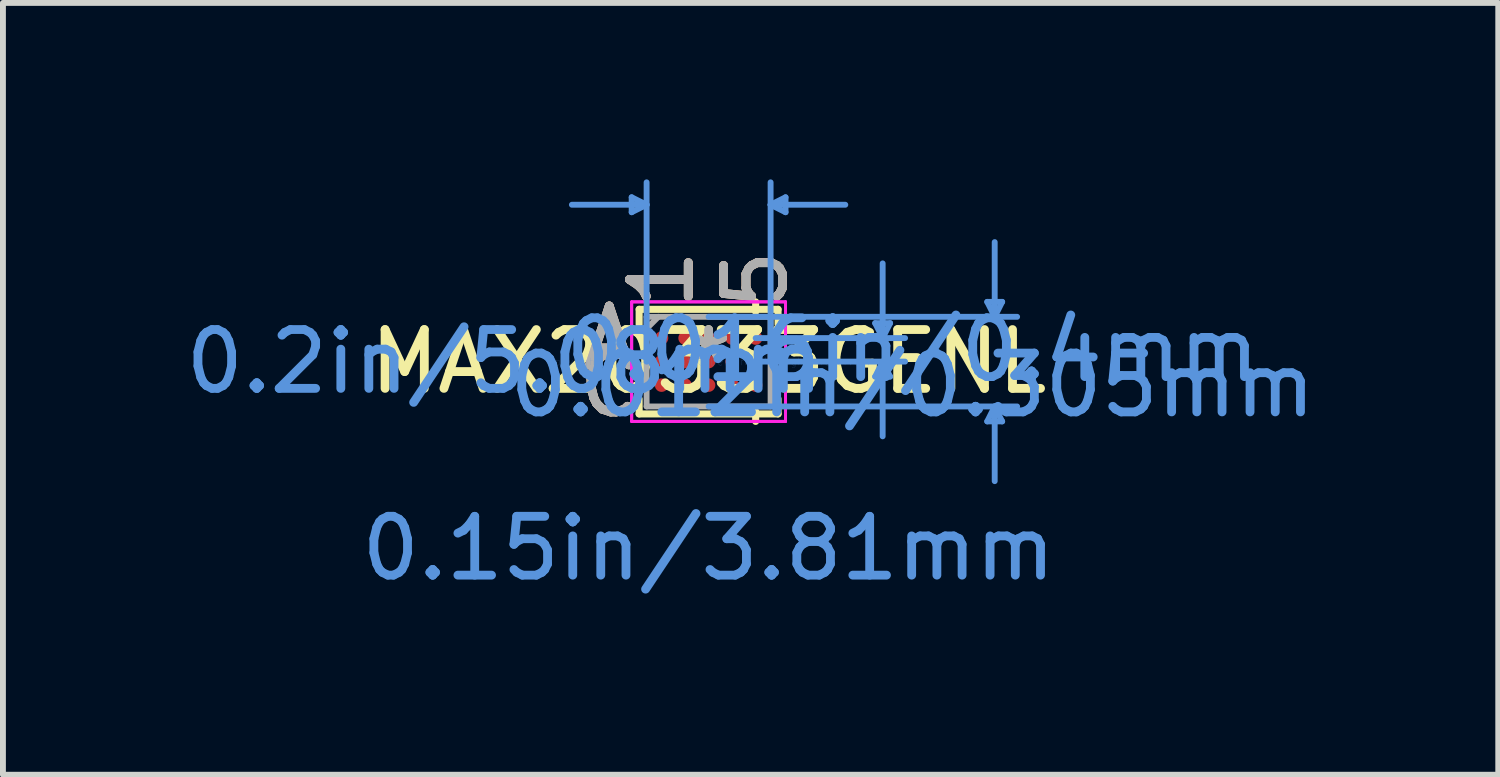
<source format=kicad_pcb>
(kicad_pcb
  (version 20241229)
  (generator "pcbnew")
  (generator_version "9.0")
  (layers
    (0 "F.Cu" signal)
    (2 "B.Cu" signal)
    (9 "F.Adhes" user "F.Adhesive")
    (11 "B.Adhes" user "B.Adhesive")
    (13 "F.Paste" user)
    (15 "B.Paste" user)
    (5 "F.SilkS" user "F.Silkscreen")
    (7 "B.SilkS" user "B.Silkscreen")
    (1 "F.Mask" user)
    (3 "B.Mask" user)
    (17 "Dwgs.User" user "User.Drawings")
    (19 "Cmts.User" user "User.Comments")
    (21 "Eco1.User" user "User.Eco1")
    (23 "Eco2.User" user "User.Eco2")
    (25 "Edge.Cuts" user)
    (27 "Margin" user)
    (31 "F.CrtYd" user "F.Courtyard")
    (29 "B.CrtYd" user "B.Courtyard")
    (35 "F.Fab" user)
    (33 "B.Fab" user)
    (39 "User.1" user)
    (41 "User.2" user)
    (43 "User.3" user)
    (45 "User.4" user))
  (footprint "MAX20333GENL"
    (layer "F.Cu")
    (at 8.997 3.098)
    (property "Reference" "MAX20333GENL" (at 0 0 0) (layer "F.SilkS") (effects (font (size 1 1) (thickness 0.15))))
    (attr through_hole)
    (fp_line (start -1.181 -0.889) (end -1.181 -0.634) (stroke (width 0.12) (type solid)) (layer "F.SilkS"))
    (fp_line (start -1.181 0.634) (end -1.181 0.889) (stroke (width 0.12) (type solid)) (layer "F.SilkS"))
    (fp_line (start -1.181 0.889) (end 1.181 0.889) (stroke (width 0.12) (type solid)) (layer "F.SilkS"))
    (fp_line (start 0.8 -0.847) (end 0.8 -1.016) (stroke (width 0.12) (type solid)) (layer "F.SilkS"))
    (fp_line (start 0.8 0.847) (end 0.8 1.016) (stroke (width 0.12) (type solid)) (layer "F.SilkS"))
    (fp_line (start 1.181 -0.889) (end -1.181 -0.889) (stroke (width 0.12) (type solid)) (layer "F.SilkS"))
    (fp_line (start 1.181 -0.634) (end 1.181 -0.889) (stroke (width 0.12) (type solid)) (layer "F.SilkS"))
    (fp_line (start 1.181 0.889) (end 1.181 0.634) (stroke (width 0.12) (type solid)) (layer "F.SilkS"))
    (fp_line (start -1.308 -2.794) (end -1.308 -2.54) (stroke (width 0.1) (type solid)) (layer "Cmts.User"))
    (fp_line (start -1.054 -2.667) (end -2.324 -2.667) (stroke (width 0.1) (type solid)) (layer "Cmts.User"))
    (fp_line (start -1.054 -2.667) (end -1.308 -2.794) (stroke (width 0.1) (type solid)) (layer "Cmts.User"))
    (fp_line (start -1.054 -2.667) (end -1.308 -2.54) (stroke (width 0.1) (type solid)) (layer "Cmts.User"))
    (fp_line (start -1.054 0) (end -1.054 -3.048) (stroke (width 0.1) (type solid)) (layer "Cmts.User"))
    (fp_line (start 0 -0.762) (end 5.245 -0.762) (stroke (width 0.1) (type solid)) (layer "Cmts.User"))
    (fp_line (start 0 0.762) (end 5.245 0.762) (stroke (width 0.1) (type solid)) (layer "Cmts.User"))
    (fp_line (start 0.8 -0.4) (end 3.34 -0.4) (stroke (width 0.1) (type solid)) (layer "Cmts.User"))
    (fp_line (start 0.8 0) (end 3.34 0) (stroke (width 0.1) (type solid)) (layer "Cmts.User"))
    (fp_line (start 1.054 -2.667) (end 1.308 -2.794) (stroke (width 0.1) (type solid)) (layer "Cmts.User"))
    (fp_line (start 1.054 -2.667) (end 1.308 -2.54) (stroke (width 0.1) (type solid)) (layer "Cmts.User"))
    (fp_line (start 1.054 -2.667) (end 2.324 -2.667) (stroke (width 0.1) (type solid)) (layer "Cmts.User"))
    (fp_line (start 1.054 0) (end 1.054 -3.048) (stroke (width 0.1) (type solid)) (layer "Cmts.User"))
    (fp_line (start 1.308 -2.794) (end 1.308 -2.54) (stroke (width 0.1) (type solid)) (layer "Cmts.User"))
    (fp_line (start 2.832 -0.654) (end 3.086 -0.654) (stroke (width 0.1) (type solid)) (layer "Cmts.User"))
    (fp_line (start 2.832 0.254) (end 3.086 0.254) (stroke (width 0.1) (type solid)) (layer "Cmts.User"))
    (fp_line (start 2.959 -0.4) (end 2.832 -0.654) (stroke (width 0.1) (type solid)) (layer "Cmts.User"))
    (fp_line (start 2.959 -0.4) (end 2.959 -1.67) (stroke (width 0.1) (type solid)) (layer "Cmts.User"))
    (fp_line (start 2.959 -0.4) (end 3.086 -0.654) (stroke (width 0.1) (type solid)) (layer "Cmts.User"))
    (fp_line (start 2.959 0) (end 2.832 0.254) (stroke (width 0.1) (type solid)) (layer "Cmts.User"))
    (fp_line (start 2.959 0) (end 2.959 1.27) (stroke (width 0.1) (type solid)) (layer "Cmts.User"))
    (fp_line (start 2.959 0) (end 3.086 0.254) (stroke (width 0.1) (type solid)) (layer "Cmts.User"))
    (fp_line (start 4.737 -1.016) (end 4.991 -1.016) (stroke (width 0.1) (type solid)) (layer "Cmts.User"))
    (fp_line (start 4.737 1.016) (end 4.991 1.016) (stroke (width 0.1) (type solid)) (layer "Cmts.User"))
    (fp_line (start 4.864 -0.762) (end 4.737 -1.016) (stroke (width 0.1) (type solid)) (layer "Cmts.User"))
    (fp_line (start 4.864 -0.762) (end 4.864 -2.032) (stroke (width 0.1) (type solid)) (layer "Cmts.User"))
    (fp_line (start 4.864 -0.762) (end 4.991 -1.016) (stroke (width 0.1) (type solid)) (layer "Cmts.User"))
    (fp_line (start 4.864 0.762) (end 4.737 1.016) (stroke (width 0.1) (type solid)) (layer "Cmts.User"))
    (fp_line (start 4.864 0.762) (end 4.864 2.032) (stroke (width 0.1) (type solid)) (layer "Cmts.User"))
    (fp_line (start 4.864 0.762) (end 4.991 1.016) (stroke (width 0.1) (type solid)) (layer "Cmts.User"))
    (fp_line (start -1.308 -1.016) (end 1.308 -1.016) (stroke (width 0.05) (type solid)) (layer "F.CrtYd"))
    (fp_line (start -1.308 -1.016) (end 1.308 -1.016) (stroke (width 0.05) (type solid)) (layer "F.CrtYd"))
    (fp_line (start -1.308 1.016) (end -1.308 -1.016) (stroke (width 0.05) (type solid)) (layer "F.CrtYd"))
    (fp_line (start -1.308 1.016) (end -1.308 -1.016) (stroke (width 0.05) (type solid)) (layer "F.CrtYd"))
    (fp_line (start 1.308 -1.016) (end 1.308 1.016) (stroke (width 0.05) (type solid)) (layer "F.CrtYd"))
    (fp_line (start 1.308 -1.016) (end 1.308 1.016) (stroke (width 0.05) (type solid)) (layer "F.CrtYd"))
    (fp_line (start 1.308 1.016) (end -1.308 1.016) (stroke (width 0.05) (type solid)) (layer "F.CrtYd"))
    (fp_line (start 1.308 1.016) (end -1.308 1.016) (stroke (width 0.05) (type solid)) (layer "F.CrtYd"))
    (fp_line (start -1.054 -0.762) (end -1.054 0.762) (stroke (width 0.1) (type solid)) (layer "F.Fab"))
    (fp_line (start -1.054 0.762) (end 1.054 0.762) (stroke (width 0.1) (type solid)) (layer "F.Fab"))
    (fp_line (start -0.854 -0.762) (end -1.054 -0.562) (stroke (width 0.1) (type solid)) (layer "F.Fab"))
    (fp_line (start 1.054 -0.762) (end -1.054 -0.762) (stroke (width 0.1) (type solid)) (layer "F.Fab"))
    (fp_line (start 1.054 0.762) (end 1.054 -0.762) (stroke (width 0.1) (type solid)) (layer "F.Fab"))
    (fp_text user "*" (at 0 0 0) (layer "F.SilkS") (effects (font (size 1 1) (thickness 0.15))))
    (fp_text user "1" (at -0.8 -1.397 90) (layer "F.SilkS") (effects (font (size 1 1) (thickness 0.15))))
    (fp_text user "A" (at -1.689 -0.4 0) (layer "F.SilkS") (effects (font (size 1 1) (thickness 0.15))))
    (fp_text user "5" (at 0.8 -1.397 90) (layer "F.SilkS") (effects (font (size 1 1) (thickness 0.15))))
    (fp_text user "C" (at -1.689 0.4 0) (layer "F.SilkS") (effects (font (size 1 1) (thickness 0.15))))
    (fp_text user "1" (at -0.8 -1.397 90) (layer "B.SilkS") (effects (font (size 1 1) (thickness 0.15))))
    (fp_text user "5" (at 0.8 -1.397 90) (layer "B.SilkS") (effects (font (size 1 1) (thickness 0.15))))
    (fp_text user "A" (at -1.689 -0.4 0) (layer "B.SilkS") (effects (font (size 1 1) (thickness 0.15))))
    (fp_text user "C" (at -1.689 0.4 0) (layer "B.SilkS") (effects (font (size 1 1) (thickness 0.15))))
    (fp_text user "Copyright 2021 Accelerated Designs. All rights reserved." (at 0 0 0) (layer "Cmts.User") (effects (font (size 0.127 0.127) (thickness 0.002))))
    (fp_text user "0.15in/3.81mm" (at 0 3.175 0) (layer "Cmts.User") (effects (font (size 1 1) (thickness 0.15))))
    (fp_text user "0.2in/5.08mm" (at -3.467 0 0) (layer "Cmts.User") (effects (font (size 1 1) (thickness 0.15))))
    (fp_text user "0.016in/0.4mm" (at 3.467 -0.2 0) (layer "Cmts.User") (effects (font (size 1 1) (thickness 0.15))))
    (fp_text user "0.012in/0.305mm" (at 3.467 0.4 0) (layer "Cmts.User") (effects (font (size 1 1) (thickness 0.15))))
    (fp_text user "*" (at 0 0 0) (layer "F.Fab") (effects (font (size 1 1) (thickness 0.15))))
    (fp_text user "1" (at -0.8 -1.397 90) (layer "F.Fab") (effects (font (size 1 1) (thickness 0.15))))
    (fp_text user "5" (at 0.8 -1.397 90) (layer "F.Fab") (effects (font (size 1 1) (thickness 0.15))))
    (fp_text user "A" (at -1.689 -0.4 0) (layer "F.Fab") (effects (font (size 1 1) (thickness 0.15))))
    (fp_text user "C" (at -1.689 0.4 0) (layer "F.Fab") (effects (font (size 1 1) (thickness 0.15))))
    (pad "A1" smd circle (at -0.8 -0.4) (size 0.229 0.229) (layers "F.Cu" "F.Mask" "F.Paste"))
    (pad "A2" smd circle (at -0.4 -0.4) (size 0.229 0.229) (layers "F.Cu" "F.Mask" "F.Paste"))
    (pad "A3" smd circle (at 0 -0.4) (size 0.229 0.229) (layers "F.Cu" "F.Mask" "F.Paste"))
    (pad "A4" smd circle (at 0.4 -0.4) (size 0.229 0.229) (layers "F.Cu" "F.Mask" "F.Paste"))
    (pad "A5" smd circle (at 0.8 -0.4) (size 0.229 0.229) (layers "F.Cu" "F.Mask" "F.Paste"))
    (pad "B1" smd circle (at -0.8 0) (size 0.229 0.229) (layers "F.Cu" "F.Mask" "F.Paste"))
    (pad "B2" smd circle (at -0.4 0) (size 0.229 0.229) (layers "F.Cu" "F.Mask" "F.Paste"))
    (pad "B3" smd circle (at 0 0) (size 0.229 0.229) (layers "F.Cu" "F.Mask" "F.Paste"))
    (pad "B4" smd circle (at 0.4 0) (size 0.229 0.229) (layers "F.Cu" "F.Mask" "F.Paste"))
    (pad "B5" smd circle (at 0.8 0) (size 0.229 0.229) (layers "F.Cu" "F.Mask" "F.Paste"))
    (pad "C1" smd circle (at -0.8 0.4) (size 0.229 0.229) (layers "F.Cu" "F.Mask" "F.Paste"))
    (pad "C2" smd circle (at -0.4 0.4) (size 0.229 0.229) (layers "F.Cu" "F.Mask" "F.Paste"))
    (pad "C3" smd circle (at 0 0.4) (size 0.229 0.229) (layers "F.Cu" "F.Mask" "F.Paste"))
    (pad "C4" smd circle (at 0.4 0.4) (size 0.229 0.229) (layers "F.Cu" "F.Mask" "F.Paste"))
    (pad "C5" smd circle (at 0.8 0.4) (size 0.229 0.229) (layers "F.Cu" "F.Mask" "F.Paste")))
  (gr_rect
    (start -3 -3)
    (end 22.422 10.121)
    (stroke (width 0.1) (type default))
    (fill no)
    (layer "Edge.Cuts")))
</source>
